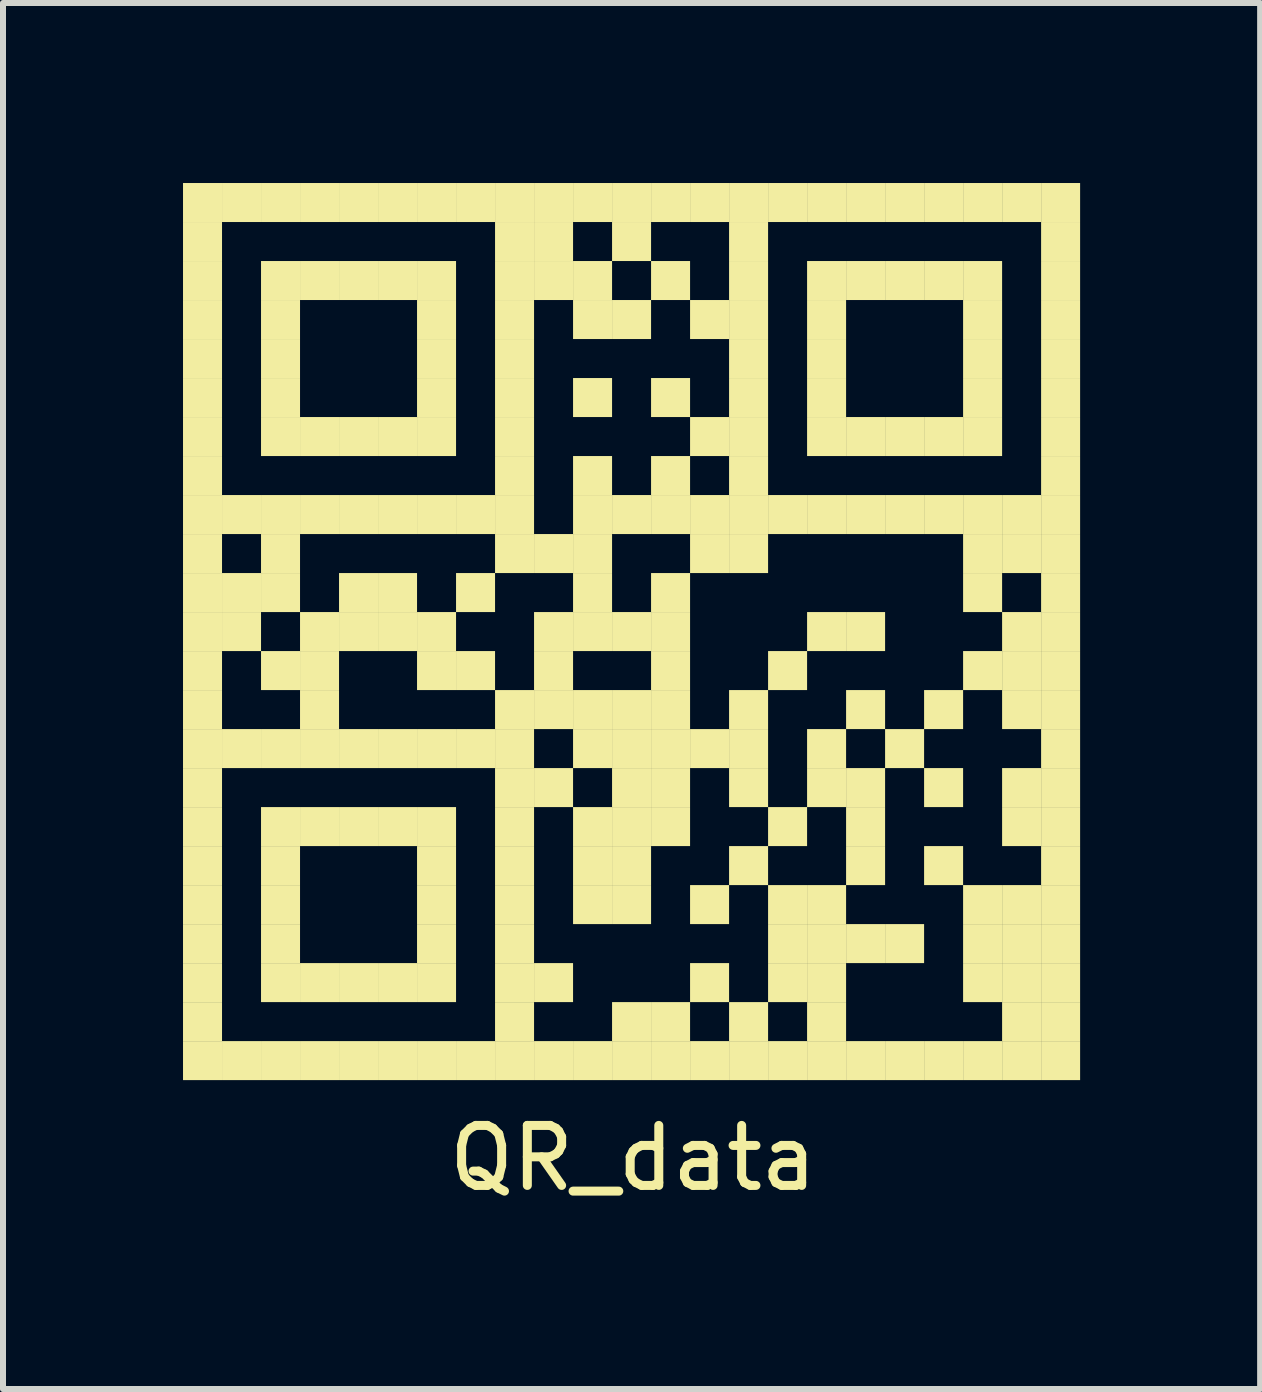
<source format=kicad_pcb>
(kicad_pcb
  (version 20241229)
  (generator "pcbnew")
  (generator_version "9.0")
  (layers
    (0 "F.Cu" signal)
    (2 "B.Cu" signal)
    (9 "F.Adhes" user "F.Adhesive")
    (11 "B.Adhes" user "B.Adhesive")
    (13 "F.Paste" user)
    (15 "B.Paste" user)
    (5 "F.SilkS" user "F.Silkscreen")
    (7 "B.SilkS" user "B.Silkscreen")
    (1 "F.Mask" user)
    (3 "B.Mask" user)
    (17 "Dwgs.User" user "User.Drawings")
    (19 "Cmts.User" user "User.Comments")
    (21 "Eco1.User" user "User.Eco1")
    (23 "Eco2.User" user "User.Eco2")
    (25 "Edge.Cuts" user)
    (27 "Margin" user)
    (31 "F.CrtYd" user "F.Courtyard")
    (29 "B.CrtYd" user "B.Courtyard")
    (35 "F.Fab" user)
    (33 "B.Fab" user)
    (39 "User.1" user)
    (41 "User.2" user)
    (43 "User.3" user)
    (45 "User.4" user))
  (footprint "QR_data"
    (layer "F.Cu")
    (at 7.5 7.5)
    (property "Reference" "QR_data" (at 0 8.75 0) (layer "F.SilkS") (effects (font (size 1 1) (thickness 0.15))))
    (attr exclude_from_pos_files exclude_from_bom)
    (fp_poly (pts (xy -7.5 -7.5) (xy -7.5 -6.85) (xy -6.85 -6.85) (xy -6.85 -7.5)) (stroke (width 0) (type solid)) (fill yes) (layer "F.SilkS"))
    (fp_poly (pts (xy -7.5 -6.85) (xy -7.5 -6.2) (xy -6.85 -6.2) (xy -6.85 -6.85)) (stroke (width 0) (type solid)) (fill yes) (layer "F.SilkS"))
    (fp_poly (pts (xy -7.5 -6.2) (xy -7.5 -5.55) (xy -6.85 -5.55) (xy -6.85 -6.2)) (stroke (width 0) (type solid)) (fill yes) (layer "F.SilkS"))
    (fp_poly (pts (xy -7.5 -5.55) (xy -7.5 -4.9) (xy -6.85 -4.9) (xy -6.85 -5.55)) (stroke (width 0) (type solid)) (fill yes) (layer "F.SilkS"))
    (fp_poly (pts (xy -7.5 -4.9) (xy -7.5 -4.25) (xy -6.85 -4.25) (xy -6.85 -4.9)) (stroke (width 0) (type solid)) (fill yes) (layer "F.SilkS"))
    (fp_poly (pts (xy -7.5 -4.25) (xy -7.5 -3.6) (xy -6.85 -3.6) (xy -6.85 -4.25)) (stroke (width 0) (type solid)) (fill yes) (layer "F.SilkS"))
    (fp_poly (pts (xy -7.5 -3.6) (xy -7.5 -2.95) (xy -6.85 -2.95) (xy -6.85 -3.6)) (stroke (width 0) (type solid)) (fill yes) (layer "F.SilkS"))
    (fp_poly (pts (xy -7.5 -2.95) (xy -7.5 -2.3) (xy -6.85 -2.3) (xy -6.85 -2.95)) (stroke (width 0) (type solid)) (fill yes) (layer "F.SilkS"))
    (fp_poly (pts (xy -7.5 -2.3) (xy -7.5 -1.65) (xy -6.85 -1.65) (xy -6.85 -2.3)) (stroke (width 0) (type solid)) (fill yes) (layer "F.SilkS"))
    (fp_poly (pts (xy -7.5 -1.65) (xy -7.5 -1) (xy -6.85 -1) (xy -6.85 -1.65)) (stroke (width 0) (type solid)) (fill yes) (layer "F.SilkS"))
    (fp_poly (pts (xy -7.5 -1) (xy -7.5 -0.35) (xy -6.85 -0.35) (xy -6.85 -1)) (stroke (width 0) (type solid)) (fill yes) (layer "F.SilkS"))
    (fp_poly (pts (xy -7.5 -0.35) (xy -7.5 0.3) (xy -6.85 0.3) (xy -6.85 -0.35)) (stroke (width 0) (type solid)) (fill yes) (layer "F.SilkS"))
    (fp_poly (pts (xy -7.5 0.3) (xy -7.5 0.95) (xy -6.85 0.95) (xy -6.85 0.3)) (stroke (width 0) (type solid)) (fill yes) (layer "F.SilkS"))
    (fp_poly (pts (xy -7.5 0.95) (xy -7.5 1.6) (xy -6.85 1.6) (xy -6.85 0.95)) (stroke (width 0) (type solid)) (fill yes) (layer "F.SilkS"))
    (fp_poly (pts (xy -7.5 1.6) (xy -7.5 2.25) (xy -6.85 2.25) (xy -6.85 1.6)) (stroke (width 0) (type solid)) (fill yes) (layer "F.SilkS"))
    (fp_poly (pts (xy -7.5 2.25) (xy -7.5 2.9) (xy -6.85 2.9) (xy -6.85 2.25)) (stroke (width 0) (type solid)) (fill yes) (layer "F.SilkS"))
    (fp_poly (pts (xy -7.5 2.9) (xy -7.5 3.55) (xy -6.85 3.55) (xy -6.85 2.9)) (stroke (width 0) (type solid)) (fill yes) (layer "F.SilkS"))
    (fp_poly (pts (xy -7.5 3.55) (xy -7.5 4.2) (xy -6.85 4.2) (xy -6.85 3.55)) (stroke (width 0) (type solid)) (fill yes) (layer "F.SilkS"))
    (fp_poly (pts (xy -7.5 4.2) (xy -7.5 4.85) (xy -6.85 4.85) (xy -6.85 4.2)) (stroke (width 0) (type solid)) (fill yes) (layer "F.SilkS"))
    (fp_poly (pts (xy -7.5 4.85) (xy -7.5 5.5) (xy -6.85 5.5) (xy -6.85 4.85)) (stroke (width 0) (type solid)) (fill yes) (layer "F.SilkS"))
    (fp_poly (pts (xy -7.5 5.5) (xy -7.5 6.15) (xy -6.85 6.15) (xy -6.85 5.5)) (stroke (width 0) (type solid)) (fill yes) (layer "F.SilkS"))
    (fp_poly (pts (xy -7.5 6.15) (xy -7.5 6.8) (xy -6.85 6.8) (xy -6.85 6.15)) (stroke (width 0) (type solid)) (fill yes) (layer "F.SilkS"))
    (fp_poly (pts (xy -7.5 6.8) (xy -7.5 7.45) (xy -6.85 7.45) (xy -6.85 6.8)) (stroke (width 0) (type solid)) (fill yes) (layer "F.SilkS"))
    (fp_poly (pts (xy -6.85 -7.5) (xy -6.85 -6.85) (xy -6.2 -6.85) (xy -6.2 -7.5)) (stroke (width 0) (type solid)) (fill yes) (layer "F.SilkS"))
    (fp_poly (pts (xy -6.85 -2.3) (xy -6.85 -1.65) (xy -6.2 -1.65) (xy -6.2 -2.3)) (stroke (width 0) (type solid)) (fill yes) (layer "F.SilkS"))
    (fp_poly (pts (xy -6.85 -1) (xy -6.85 -0.35) (xy -6.2 -0.35) (xy -6.2 -1)) (stroke (width 0) (type solid)) (fill yes) (layer "F.SilkS"))
    (fp_poly (pts (xy -6.85 -0.35) (xy -6.85 0.3) (xy -6.2 0.3) (xy -6.2 -0.35)) (stroke (width 0) (type solid)) (fill yes) (layer "F.SilkS"))
    (fp_poly (pts (xy -6.85 1.6) (xy -6.85 2.25) (xy -6.2 2.25) (xy -6.2 1.6)) (stroke (width 0) (type solid)) (fill yes) (layer "F.SilkS"))
    (fp_poly (pts (xy -6.85 6.8) (xy -6.85 7.45) (xy -6.2 7.45) (xy -6.2 6.8)) (stroke (width 0) (type solid)) (fill yes) (layer "F.SilkS"))
    (fp_poly (pts (xy -6.2 -7.5) (xy -6.2 -6.85) (xy -5.55 -6.85) (xy -5.55 -7.5)) (stroke (width 0) (type solid)) (fill yes) (layer "F.SilkS"))
    (fp_poly (pts (xy -6.2 -6.2) (xy -6.2 -5.55) (xy -5.55 -5.55) (xy -5.55 -6.2)) (stroke (width 0) (type solid)) (fill yes) (layer "F.SilkS"))
    (fp_poly (pts (xy -6.2 -5.55) (xy -6.2 -4.9) (xy -5.55 -4.9) (xy -5.55 -5.55)) (stroke (width 0) (type solid)) (fill yes) (layer "F.SilkS"))
    (fp_poly (pts (xy -6.2 -4.9) (xy -6.2 -4.25) (xy -5.55 -4.25) (xy -5.55 -4.9)) (stroke (width 0) (type solid)) (fill yes) (layer "F.SilkS"))
    (fp_poly (pts (xy -6.2 -4.25) (xy -6.2 -3.6) (xy -5.55 -3.6) (xy -5.55 -4.25)) (stroke (width 0) (type solid)) (fill yes) (layer "F.SilkS"))
    (fp_poly (pts (xy -6.2 -3.6) (xy -6.2 -2.95) (xy -5.55 -2.95) (xy -5.55 -3.6)) (stroke (width 0) (type solid)) (fill yes) (layer "F.SilkS"))
    (fp_poly (pts (xy -6.2 -2.3) (xy -6.2 -1.65) (xy -5.55 -1.65) (xy -5.55 -2.3)) (stroke (width 0) (type solid)) (fill yes) (layer "F.SilkS"))
    (fp_poly (pts (xy -6.2 -1.65) (xy -6.2 -1) (xy -5.55 -1) (xy -5.55 -1.65)) (stroke (width 0) (type solid)) (fill yes) (layer "F.SilkS"))
    (fp_poly (pts (xy -6.2 -1) (xy -6.2 -0.35) (xy -5.55 -0.35) (xy -5.55 -1)) (stroke (width 0) (type solid)) (fill yes) (layer "F.SilkS"))
    (fp_poly (pts (xy -6.2 0.3) (xy -6.2 0.95) (xy -5.55 0.95) (xy -5.55 0.3)) (stroke (width 0) (type solid)) (fill yes) (layer "F.SilkS"))
    (fp_poly (pts (xy -6.2 1.6) (xy -6.2 2.25) (xy -5.55 2.25) (xy -5.55 1.6)) (stroke (width 0) (type solid)) (fill yes) (layer "F.SilkS"))
    (fp_poly (pts (xy -6.2 2.9) (xy -6.2 3.55) (xy -5.55 3.55) (xy -5.55 2.9)) (stroke (width 0) (type solid)) (fill yes) (layer "F.SilkS"))
    (fp_poly (pts (xy -6.2 3.55) (xy -6.2 4.2) (xy -5.55 4.2) (xy -5.55 3.55)) (stroke (width 0) (type solid)) (fill yes) (layer "F.SilkS"))
    (fp_poly (pts (xy -6.2 4.2) (xy -6.2 4.85) (xy -5.55 4.85) (xy -5.55 4.2)) (stroke (width 0) (type solid)) (fill yes) (layer "F.SilkS"))
    (fp_poly (pts (xy -6.2 4.85) (xy -6.2 5.5) (xy -5.55 5.5) (xy -5.55 4.85)) (stroke (width 0) (type solid)) (fill yes) (layer "F.SilkS"))
    (fp_poly (pts (xy -6.2 5.5) (xy -6.2 6.15) (xy -5.55 6.15) (xy -5.55 5.5)) (stroke (width 0) (type solid)) (fill yes) (layer "F.SilkS"))
    (fp_poly (pts (xy -6.2 6.8) (xy -6.2 7.45) (xy -5.55 7.45) (xy -5.55 6.8)) (stroke (width 0) (type solid)) (fill yes) (layer "F.SilkS"))
    (fp_poly (pts (xy -5.55 -7.5) (xy -5.55 -6.85) (xy -4.9 -6.85) (xy -4.9 -7.5)) (stroke (width 0) (type solid)) (fill yes) (layer "F.SilkS"))
    (fp_poly (pts (xy -5.55 -6.2) (xy -5.55 -5.55) (xy -4.9 -5.55) (xy -4.9 -6.2)) (stroke (width 0) (type solid)) (fill yes) (layer "F.SilkS"))
    (fp_poly (pts (xy -5.55 -3.6) (xy -5.55 -2.95) (xy -4.9 -2.95) (xy -4.9 -3.6)) (stroke (width 0) (type solid)) (fill yes) (layer "F.SilkS"))
    (fp_poly (pts (xy -5.55 -2.3) (xy -5.55 -1.65) (xy -4.9 -1.65) (xy -4.9 -2.3)) (stroke (width 0) (type solid)) (fill yes) (layer "F.SilkS"))
    (fp_poly (pts (xy -5.55 -0.35) (xy -5.55 0.3) (xy -4.9 0.3) (xy -4.9 -0.35)) (stroke (width 0) (type solid)) (fill yes) (layer "F.SilkS"))
    (fp_poly (pts (xy -5.55 0.3) (xy -5.55 0.95) (xy -4.9 0.95) (xy -4.9 0.3)) (stroke (width 0) (type solid)) (fill yes) (layer "F.SilkS"))
    (fp_poly (pts (xy -5.55 0.95) (xy -5.55 1.6) (xy -4.9 1.6) (xy -4.9 0.95)) (stroke (width 0) (type solid)) (fill yes) (layer "F.SilkS"))
    (fp_poly (pts (xy -5.55 1.6) (xy -5.55 2.25) (xy -4.9 2.25) (xy -4.9 1.6)) (stroke (width 0) (type solid)) (fill yes) (layer "F.SilkS"))
    (fp_poly (pts (xy -5.55 2.9) (xy -5.55 3.55) (xy -4.9 3.55) (xy -4.9 2.9)) (stroke (width 0) (type solid)) (fill yes) (layer "F.SilkS"))
    (fp_poly (pts (xy -5.55 5.5) (xy -5.55 6.15) (xy -4.9 6.15) (xy -4.9 5.5)) (stroke (width 0) (type solid)) (fill yes) (layer "F.SilkS"))
    (fp_poly (pts (xy -5.55 6.8) (xy -5.55 7.45) (xy -4.9 7.45) (xy -4.9 6.8)) (stroke (width 0) (type solid)) (fill yes) (layer "F.SilkS"))
    (fp_poly (pts (xy -4.9 -7.5) (xy -4.9 -6.85) (xy -4.25 -6.85) (xy -4.25 -7.5)) (stroke (width 0) (type solid)) (fill yes) (layer "F.SilkS"))
    (fp_poly (pts (xy -4.9 -6.2) (xy -4.9 -5.55) (xy -4.25 -5.55) (xy -4.25 -6.2)) (stroke (width 0) (type solid)) (fill yes) (layer "F.SilkS"))
    (fp_poly (pts (xy -4.9 -3.6) (xy -4.9 -2.95) (xy -4.25 -2.95) (xy -4.25 -3.6)) (stroke (width 0) (type solid)) (fill yes) (layer "F.SilkS"))
    (fp_poly (pts (xy -4.9 -2.3) (xy -4.9 -1.65) (xy -4.25 -1.65) (xy -4.25 -2.3)) (stroke (width 0) (type solid)) (fill yes) (layer "F.SilkS"))
    (fp_poly (pts (xy -4.9 -1) (xy -4.9 -0.35) (xy -4.25 -0.35) (xy -4.25 -1)) (stroke (width 0) (type solid)) (fill yes) (layer "F.SilkS"))
    (fp_poly (pts (xy -4.9 -0.35) (xy -4.9 0.3) (xy -4.25 0.3) (xy -4.25 -0.35)) (stroke (width 0) (type solid)) (fill yes) (layer "F.SilkS"))
    (fp_poly (pts (xy -4.9 1.6) (xy -4.9 2.25) (xy -4.25 2.25) (xy -4.25 1.6)) (stroke (width 0) (type solid)) (fill yes) (layer "F.SilkS"))
    (fp_poly (pts (xy -4.9 2.9) (xy -4.9 3.55) (xy -4.25 3.55) (xy -4.25 2.9)) (stroke (width 0) (type solid)) (fill yes) (layer "F.SilkS"))
    (fp_poly (pts (xy -4.9 5.5) (xy -4.9 6.15) (xy -4.25 6.15) (xy -4.25 5.5)) (stroke (width 0) (type solid)) (fill yes) (layer "F.SilkS"))
    (fp_poly (pts (xy -4.9 6.8) (xy -4.9 7.45) (xy -4.25 7.45) (xy -4.25 6.8)) (stroke (width 0) (type solid)) (fill yes) (layer "F.SilkS"))
    (fp_poly (pts (xy -4.25 -7.5) (xy -4.25 -6.85) (xy -3.6 -6.85) (xy -3.6 -7.5)) (stroke (width 0) (type solid)) (fill yes) (layer "F.SilkS"))
    (fp_poly (pts (xy -4.25 -6.2) (xy -4.25 -5.55) (xy -3.6 -5.55) (xy -3.6 -6.2)) (stroke (width 0) (type solid)) (fill yes) (layer "F.SilkS"))
    (fp_poly (pts (xy -4.25 -3.6) (xy -4.25 -2.95) (xy -3.6 -2.95) (xy -3.6 -3.6)) (stroke (width 0) (type solid)) (fill yes) (layer "F.SilkS"))
    (fp_poly (pts (xy -4.25 -2.3) (xy -4.25 -1.65) (xy -3.6 -1.65) (xy -3.6 -2.3)) (stroke (width 0) (type solid)) (fill yes) (layer "F.SilkS"))
    (fp_poly (pts (xy -4.25 -1) (xy -4.25 -0.35) (xy -3.6 -0.35) (xy -3.6 -1)) (stroke (width 0) (type solid)) (fill yes) (layer "F.SilkS"))
    (fp_poly (pts (xy -4.25 -0.35) (xy -4.25 0.3) (xy -3.6 0.3) (xy -3.6 -0.35)) (stroke (width 0) (type solid)) (fill yes) (layer "F.SilkS"))
    (fp_poly (pts (xy -4.25 1.6) (xy -4.25 2.25) (xy -3.6 2.25) (xy -3.6 1.6)) (stroke (width 0) (type solid)) (fill yes) (layer "F.SilkS"))
    (fp_poly (pts (xy -4.25 2.9) (xy -4.25 3.55) (xy -3.6 3.55) (xy -3.6 2.9)) (stroke (width 0) (type solid)) (fill yes) (layer "F.SilkS"))
    (fp_poly (pts (xy -4.25 5.5) (xy -4.25 6.15) (xy -3.6 6.15) (xy -3.6 5.5)) (stroke (width 0) (type solid)) (fill yes) (layer "F.SilkS"))
    (fp_poly (pts (xy -4.25 6.8) (xy -4.25 7.45) (xy -3.6 7.45) (xy -3.6 6.8)) (stroke (width 0) (type solid)) (fill yes) (layer "F.SilkS"))
    (fp_poly (pts (xy -3.6 -7.5) (xy -3.6 -6.85) (xy -2.95 -6.85) (xy -2.95 -7.5)) (stroke (width 0) (type solid)) (fill yes) (layer "F.SilkS"))
    (fp_poly (pts (xy -3.6 -6.2) (xy -3.6 -5.55) (xy -2.95 -5.55) (xy -2.95 -6.2)) (stroke (width 0) (type solid)) (fill yes) (layer "F.SilkS"))
    (fp_poly (pts (xy -3.6 -5.55) (xy -3.6 -4.9) (xy -2.95 -4.9) (xy -2.95 -5.55)) (stroke (width 0) (type solid)) (fill yes) (layer "F.SilkS"))
    (fp_poly (pts (xy -3.6 -4.9) (xy -3.6 -4.25) (xy -2.95 -4.25) (xy -2.95 -4.9)) (stroke (width 0) (type solid)) (fill yes) (layer "F.SilkS"))
    (fp_poly (pts (xy -3.6 -4.25) (xy -3.6 -3.6) (xy -2.95 -3.6) (xy -2.95 -4.25)) (stroke (width 0) (type solid)) (fill yes) (layer "F.SilkS"))
    (fp_poly (pts (xy -3.6 -3.6) (xy -3.6 -2.95) (xy -2.95 -2.95) (xy -2.95 -3.6)) (stroke (width 0) (type solid)) (fill yes) (layer "F.SilkS"))
    (fp_poly (pts (xy -3.6 -2.3) (xy -3.6 -1.65) (xy -2.95 -1.65) (xy -2.95 -2.3)) (stroke (width 0) (type solid)) (fill yes) (layer "F.SilkS"))
    (fp_poly (pts (xy -3.6 -0.35) (xy -3.6 0.3) (xy -2.95 0.3) (xy -2.95 -0.35)) (stroke (width 0) (type solid)) (fill yes) (layer "F.SilkS"))
    (fp_poly (pts (xy -3.6 0.3) (xy -3.6 0.95) (xy -2.95 0.95) (xy -2.95 0.3)) (stroke (width 0) (type solid)) (fill yes) (layer "F.SilkS"))
    (fp_poly (pts (xy -3.6 1.6) (xy -3.6 2.25) (xy -2.95 2.25) (xy -2.95 1.6)) (stroke (width 0) (type solid)) (fill yes) (layer "F.SilkS"))
    (fp_poly (pts (xy -3.6 2.9) (xy -3.6 3.55) (xy -2.95 3.55) (xy -2.95 2.9)) (stroke (width 0) (type solid)) (fill yes) (layer "F.SilkS"))
    (fp_poly (pts (xy -3.6 3.55) (xy -3.6 4.2) (xy -2.95 4.2) (xy -2.95 3.55)) (stroke (width 0) (type solid)) (fill yes) (layer "F.SilkS"))
    (fp_poly (pts (xy -3.6 4.2) (xy -3.6 4.85) (xy -2.95 4.85) (xy -2.95 4.2)) (stroke (width 0) (type solid)) (fill yes) (layer "F.SilkS"))
    (fp_poly (pts (xy -3.6 4.85) (xy -3.6 5.5) (xy -2.95 5.5) (xy -2.95 4.85)) (stroke (width 0) (type solid)) (fill yes) (layer "F.SilkS"))
    (fp_poly (pts (xy -3.6 5.5) (xy -3.6 6.15) (xy -2.95 6.15) (xy -2.95 5.5)) (stroke (width 0) (type solid)) (fill yes) (layer "F.SilkS"))
    (fp_poly (pts (xy -3.6 6.8) (xy -3.6 7.45) (xy -2.95 7.45) (xy -2.95 6.8)) (stroke (width 0) (type solid)) (fill yes) (layer "F.SilkS"))
    (fp_poly (pts (xy -2.95 -7.5) (xy -2.95 -6.85) (xy -2.3 -6.85) (xy -2.3 -7.5)) (stroke (width 0) (type solid)) (fill yes) (layer "F.SilkS"))
    (fp_poly (pts (xy -2.95 -2.3) (xy -2.95 -1.65) (xy -2.3 -1.65) (xy -2.3 -2.3)) (stroke (width 0) (type solid)) (fill yes) (layer "F.SilkS"))
    (fp_poly (pts (xy -2.95 -1) (xy -2.95 -0.35) (xy -2.3 -0.35) (xy -2.3 -1)) (stroke (width 0) (type solid)) (fill yes) (layer "F.SilkS"))
    (fp_poly (pts (xy -2.95 0.3) (xy -2.95 0.95) (xy -2.3 0.95) (xy -2.3 0.3)) (stroke (width 0) (type solid)) (fill yes) (layer "F.SilkS"))
    (fp_poly (pts (xy -2.95 1.6) (xy -2.95 2.25) (xy -2.3 2.25) (xy -2.3 1.6)) (stroke (width 0) (type solid)) (fill yes) (layer "F.SilkS"))
    (fp_poly (pts (xy -2.95 6.8) (xy -2.95 7.45) (xy -2.3 7.45) (xy -2.3 6.8)) (stroke (width 0) (type solid)) (fill yes) (layer "F.SilkS"))
    (fp_poly (pts (xy -2.3 -7.5) (xy -2.3 -6.85) (xy -1.65 -6.85) (xy -1.65 -7.5)) (stroke (width 0) (type solid)) (fill yes) (layer "F.SilkS"))
    (fp_poly (pts (xy -2.3 -6.85) (xy -2.3 -6.2) (xy -1.65 -6.2) (xy -1.65 -6.85)) (stroke (width 0) (type solid)) (fill yes) (layer "F.SilkS"))
    (fp_poly (pts (xy -2.3 -6.2) (xy -2.3 -5.55) (xy -1.65 -5.55) (xy -1.65 -6.2)) (stroke (width 0) (type solid)) (fill yes) (layer "F.SilkS"))
    (fp_poly (pts (xy -2.3 -5.55) (xy -2.3 -4.9) (xy -1.65 -4.9) (xy -1.65 -5.55)) (stroke (width 0) (type solid)) (fill yes) (layer "F.SilkS"))
    (fp_poly (pts (xy -2.3 -4.9) (xy -2.3 -4.25) (xy -1.65 -4.25) (xy -1.65 -4.9)) (stroke (width 0) (type solid)) (fill yes) (layer "F.SilkS"))
    (fp_poly (pts (xy -2.3 -4.25) (xy -2.3 -3.6) (xy -1.65 -3.6) (xy -1.65 -4.25)) (stroke (width 0) (type solid)) (fill yes) (layer "F.SilkS"))
    (fp_poly (pts (xy -2.3 -3.6) (xy -2.3 -2.95) (xy -1.65 -2.95) (xy -1.65 -3.6)) (stroke (width 0) (type solid)) (fill yes) (layer "F.SilkS"))
    (fp_poly (pts (xy -2.3 -2.95) (xy -2.3 -2.3) (xy -1.65 -2.3) (xy -1.65 -2.95)) (stroke (width 0) (type solid)) (fill yes) (layer "F.SilkS"))
    (fp_poly (pts (xy -2.3 -2.3) (xy -2.3 -1.65) (xy -1.65 -1.65) (xy -1.65 -2.3)) (stroke (width 0) (type solid)) (fill yes) (layer "F.SilkS"))
    (fp_poly (pts (xy -2.3 -1.65) (xy -2.3 -1) (xy -1.65 -1) (xy -1.65 -1.65)) (stroke (width 0) (type solid)) (fill yes) (layer "F.SilkS"))
    (fp_poly (pts (xy -2.3 0.95) (xy -2.3 1.6) (xy -1.65 1.6) (xy -1.65 0.95)) (stroke (width 0) (type solid)) (fill yes) (layer "F.SilkS"))
    (fp_poly (pts (xy -2.3 1.6) (xy -2.3 2.25) (xy -1.65 2.25) (xy -1.65 1.6)) (stroke (width 0) (type solid)) (fill yes) (layer "F.SilkS"))
    (fp_poly (pts (xy -2.3 2.25) (xy -2.3 2.9) (xy -1.65 2.9) (xy -1.65 2.25)) (stroke (width 0) (type solid)) (fill yes) (layer "F.SilkS"))
    (fp_poly (pts (xy -2.3 2.9) (xy -2.3 3.55) (xy -1.65 3.55) (xy -1.65 2.9)) (stroke (width 0) (type solid)) (fill yes) (layer "F.SilkS"))
    (fp_poly (pts (xy -2.3 3.55) (xy -2.3 4.2) (xy -1.65 4.2) (xy -1.65 3.55)) (stroke (width 0) (type solid)) (fill yes) (layer "F.SilkS"))
    (fp_poly (pts (xy -2.3 4.2) (xy -2.3 4.85) (xy -1.65 4.85) (xy -1.65 4.2)) (stroke (width 0) (type solid)) (fill yes) (layer "F.SilkS"))
    (fp_poly (pts (xy -2.3 4.85) (xy -2.3 5.5) (xy -1.65 5.5) (xy -1.65 4.85)) (stroke (width 0) (type solid)) (fill yes) (layer "F.SilkS"))
    (fp_poly (pts (xy -2.3 5.5) (xy -2.3 6.15) (xy -1.65 6.15) (xy -1.65 5.5)) (stroke (width 0) (type solid)) (fill yes) (layer "F.SilkS"))
    (fp_poly (pts (xy -2.3 6.15) (xy -2.3 6.8) (xy -1.65 6.8) (xy -1.65 6.15)) (stroke (width 0) (type solid)) (fill yes) (layer "F.SilkS"))
    (fp_poly (pts (xy -2.3 6.8) (xy -2.3 7.45) (xy -1.65 7.45) (xy -1.65 6.8)) (stroke (width 0) (type solid)) (fill yes) (layer "F.SilkS"))
    (fp_poly (pts (xy -1.65 -7.5) (xy -1.65 -6.85) (xy -1 -6.85) (xy -1 -7.5)) (stroke (width 0) (type solid)) (fill yes) (layer "F.SilkS"))
    (fp_poly (pts (xy -1.65 -6.85) (xy -1.65 -6.2) (xy -1 -6.2) (xy -1 -6.85)) (stroke (width 0) (type solid)) (fill yes) (layer "F.SilkS"))
    (fp_poly (pts (xy -1.65 -6.2) (xy -1.65 -5.55) (xy -1 -5.55) (xy -1 -6.2)) (stroke (width 0) (type solid)) (fill yes) (layer "F.SilkS"))
    (fp_poly (pts (xy -1.65 -1.65) (xy -1.65 -1) (xy -1 -1) (xy -1 -1.65)) (stroke (width 0) (type solid)) (fill yes) (layer "F.SilkS"))
    (fp_poly (pts (xy -1.65 -0.35) (xy -1.65 0.3) (xy -1 0.3) (xy -1 -0.35)) (stroke (width 0) (type solid)) (fill yes) (layer "F.SilkS"))
    (fp_poly (pts (xy -1.65 0.3) (xy -1.65 0.95) (xy -1 0.95) (xy -1 0.3)) (stroke (width 0) (type solid)) (fill yes) (layer "F.SilkS"))
    (fp_poly (pts (xy -1.65 0.95) (xy -1.65 1.6) (xy -1 1.6) (xy -1 0.95)) (stroke (width 0) (type solid)) (fill yes) (layer "F.SilkS"))
    (fp_poly (pts (xy -1.65 2.25) (xy -1.65 2.9) (xy -1 2.9) (xy -1 2.25)) (stroke (width 0) (type solid)) (fill yes) (layer "F.SilkS"))
    (fp_poly (pts (xy -1.65 5.5) (xy -1.65 6.15) (xy -1 6.15) (xy -1 5.5)) (stroke (width 0) (type solid)) (fill yes) (layer "F.SilkS"))
    (fp_poly (pts (xy -1.65 6.8) (xy -1.65 7.45) (xy -1 7.45) (xy -1 6.8)) (stroke (width 0) (type solid)) (fill yes) (layer "F.SilkS"))
    (fp_poly (pts (xy -1 -7.5) (xy -1 -6.85) (xy -0.35 -6.85) (xy -0.35 -7.5)) (stroke (width 0) (type solid)) (fill yes) (layer "F.SilkS"))
    (fp_poly (pts (xy -1 -6.2) (xy -1 -5.55) (xy -0.35 -5.55) (xy -0.35 -6.2)) (stroke (width 0) (type solid)) (fill yes) (layer "F.SilkS"))
    (fp_poly (pts (xy -1 -5.55) (xy -1 -4.9) (xy -0.35 -4.9) (xy -0.35 -5.55)) (stroke (width 0) (type solid)) (fill yes) (layer "F.SilkS"))
    (fp_poly (pts (xy -1 -4.25) (xy -1 -3.6) (xy -0.35 -3.6) (xy -0.35 -4.25)) (stroke (width 0) (type solid)) (fill yes) (layer "F.SilkS"))
    (fp_poly (pts (xy -1 -2.95) (xy -1 -2.3) (xy -0.35 -2.3) (xy -0.35 -2.95)) (stroke (width 0) (type solid)) (fill yes) (layer "F.SilkS"))
    (fp_poly (pts (xy -1 -2.3) (xy -1 -1.65) (xy -0.35 -1.65) (xy -0.35 -2.3)) (stroke (width 0) (type solid)) (fill yes) (layer "F.SilkS"))
    (fp_poly (pts (xy -1 -1.65) (xy -1 -1) (xy -0.35 -1) (xy -0.35 -1.65)) (stroke (width 0) (type solid)) (fill yes) (layer "F.SilkS"))
    (fp_poly (pts (xy -1 -1) (xy -1 -0.35) (xy -0.35 -0.35) (xy -0.35 -1)) (stroke (width 0) (type solid)) (fill yes) (layer "F.SilkS"))
    (fp_poly (pts (xy -1 -0.35) (xy -1 0.3) (xy -0.35 0.3) (xy -0.35 -0.35)) (stroke (width 0) (type solid)) (fill yes) (layer "F.SilkS"))
    (fp_poly (pts (xy -1 0.95) (xy -1 1.6) (xy -0.35 1.6) (xy -0.35 0.95)) (stroke (width 0) (type solid)) (fill yes) (layer "F.SilkS"))
    (fp_poly (pts (xy -1 1.6) (xy -1 2.25) (xy -0.35 2.25) (xy -0.35 1.6)) (stroke (width 0) (type solid)) (fill yes) (layer "F.SilkS"))
    (fp_poly (pts (xy -1 2.9) (xy -1 3.55) (xy -0.35 3.55) (xy -0.35 2.9)) (stroke (width 0) (type solid)) (fill yes) (layer "F.SilkS"))
    (fp_poly (pts (xy -1 3.55) (xy -1 4.2) (xy -0.35 4.2) (xy -0.35 3.55)) (stroke (width 0) (type solid)) (fill yes) (layer "F.SilkS"))
    (fp_poly (pts (xy -1 4.2) (xy -1 4.85) (xy -0.35 4.85) (xy -0.35 4.2)) (stroke (width 0) (type solid)) (fill yes) (layer "F.SilkS"))
    (fp_poly (pts (xy -1 6.8) (xy -1 7.45) (xy -0.35 7.45) (xy -0.35 6.8)) (stroke (width 0) (type solid)) (fill yes) (layer "F.SilkS"))
    (fp_poly (pts (xy -0.35 -7.5) (xy -0.35 -6.85) (xy 0.3 -6.85) (xy 0.3 -7.5)) (stroke (width 0) (type solid)) (fill yes) (layer "F.SilkS"))
    (fp_poly (pts (xy -0.35 -6.85) (xy -0.35 -6.2) (xy 0.3 -6.2) (xy 0.3 -6.85)) (stroke (width 0) (type solid)) (fill yes) (layer "F.SilkS"))
    (fp_poly (pts (xy -0.35 -5.55) (xy -0.35 -4.9) (xy 0.3 -4.9) (xy 0.3 -5.55)) (stroke (width 0) (type solid)) (fill yes) (layer "F.SilkS"))
    (fp_poly (pts (xy -0.35 -2.3) (xy -0.35 -1.65) (xy 0.3 -1.65) (xy 0.3 -2.3)) (stroke (width 0) (type solid)) (fill yes) (layer "F.SilkS"))
    (fp_poly (pts (xy -0.35 -0.35) (xy -0.35 0.3) (xy 0.3 0.3) (xy 0.3 -0.35)) (stroke (width 0) (type solid)) (fill yes) (layer "F.SilkS"))
    (fp_poly (pts (xy -0.35 0.95) (xy -0.35 1.6) (xy 0.3 1.6) (xy 0.3 0.95)) (stroke (width 0) (type solid)) (fill yes) (layer "F.SilkS"))
    (fp_poly (pts (xy -0.35 1.6) (xy -0.35 2.25) (xy 0.3 2.25) (xy 0.3 1.6)) (stroke (width 0) (type solid)) (fill yes) (layer "F.SilkS"))
    (fp_poly (pts (xy -0.35 2.25) (xy -0.35 2.9) (xy 0.3 2.9) (xy 0.3 2.25)) (stroke (width 0) (type solid)) (fill yes) (layer "F.SilkS"))
    (fp_poly (pts (xy -0.35 2.9) (xy -0.35 3.55) (xy 0.3 3.55) (xy 0.3 2.9)) (stroke (width 0) (type solid)) (fill yes) (layer "F.SilkS"))
    (fp_poly (pts (xy -0.35 3.55) (xy -0.35 4.2) (xy 0.3 4.2) (xy 0.3 3.55)) (stroke (width 0) (type solid)) (fill yes) (layer "F.SilkS"))
    (fp_poly (pts (xy -0.35 4.2) (xy -0.35 4.85) (xy 0.3 4.85) (xy 0.3 4.2)) (stroke (width 0) (type solid)) (fill yes) (layer "F.SilkS"))
    (fp_poly (pts (xy -0.35 6.15) (xy -0.35 6.8) (xy 0.3 6.8) (xy 0.3 6.15)) (stroke (width 0) (type solid)) (fill yes) (layer "F.SilkS"))
    (fp_poly (pts (xy -0.35 6.8) (xy -0.35 7.45) (xy 0.3 7.45) (xy 0.3 6.8)) (stroke (width 0) (type solid)) (fill yes) (layer "F.SilkS"))
    (fp_poly (pts (xy 0.3 -7.5) (xy 0.3 -6.85) (xy 0.95 -6.85) (xy 0.95 -7.5)) (stroke (width 0) (type solid)) (fill yes) (layer "F.SilkS"))
    (fp_poly (pts (xy 0.3 -6.2) (xy 0.3 -5.55) (xy 0.95 -5.55) (xy 0.95 -6.2)) (stroke (width 0) (type solid)) (fill yes) (layer "F.SilkS"))
    (fp_poly (pts (xy 0.3 -4.25) (xy 0.3 -3.6) (xy 0.95 -3.6) (xy 0.95 -4.25)) (stroke (width 0) (type solid)) (fill yes) (layer "F.SilkS"))
    (fp_poly (pts (xy 0.3 -2.95) (xy 0.3 -2.3) (xy 0.95 -2.3) (xy 0.95 -2.95)) (stroke (width 0) (type solid)) (fill yes) (layer "F.SilkS"))
    (fp_poly (pts (xy 0.3 -2.3) (xy 0.3 -1.65) (xy 0.95 -1.65) (xy 0.95 -2.3)) (stroke (width 0) (type solid)) (fill yes) (layer "F.SilkS"))
    (fp_poly (pts (xy 0.3 -1) (xy 0.3 -0.35) (xy 0.95 -0.35) (xy 0.95 -1)) (stroke (width 0) (type solid)) (fill yes) (layer "F.SilkS"))
    (fp_poly (pts (xy 0.3 -0.35) (xy 0.3 0.3) (xy 0.95 0.3) (xy 0.95 -0.35)) (stroke (width 0) (type solid)) (fill yes) (layer "F.SilkS"))
    (fp_poly (pts (xy 0.3 0.3) (xy 0.3 0.95) (xy 0.95 0.95) (xy 0.95 0.3)) (stroke (width 0) (type solid)) (fill yes) (layer "F.SilkS"))
    (fp_poly (pts (xy 0.3 0.95) (xy 0.3 1.6) (xy 0.95 1.6) (xy 0.95 0.95)) (stroke (width 0) (type solid)) (fill yes) (layer "F.SilkS"))
    (fp_poly (pts (xy 0.3 1.6) (xy 0.3 2.25) (xy 0.95 2.25) (xy 0.95 1.6)) (stroke (width 0) (type solid)) (fill yes) (layer "F.SilkS"))
    (fp_poly (pts (xy 0.3 2.25) (xy 0.3 2.9) (xy 0.95 2.9) (xy 0.95 2.25)) (stroke (width 0) (type solid)) (fill yes) (layer "F.SilkS"))
    (fp_poly (pts (xy 0.3 2.9) (xy 0.3 3.55) (xy 0.95 3.55) (xy 0.95 2.9)) (stroke (width 0) (type solid)) (fill yes) (layer "F.SilkS"))
    (fp_poly (pts (xy 0.3 6.15) (xy 0.3 6.8) (xy 0.95 6.8) (xy 0.95 6.15)) (stroke (width 0) (type solid)) (fill yes) (layer "F.SilkS"))
    (fp_poly (pts (xy 0.3 6.8) (xy 0.3 7.45) (xy 0.95 7.45) (xy 0.95 6.8)) (stroke (width 0) (type solid)) (fill yes) (layer "F.SilkS"))
    (fp_poly (pts (xy 0.95 -7.5) (xy 0.95 -6.85) (xy 1.6 -6.85) (xy 1.6 -7.5)) (stroke (width 0) (type solid)) (fill yes) (layer "F.SilkS"))
    (fp_poly (pts (xy 0.95 -5.55) (xy 0.95 -4.9) (xy 1.6 -4.9) (xy 1.6 -5.55)) (stroke (width 0) (type solid)) (fill yes) (layer "F.SilkS"))
    (fp_poly (pts (xy 0.95 -3.6) (xy 0.95 -2.95) (xy 1.6 -2.95) (xy 1.6 -3.6)) (stroke (width 0) (type solid)) (fill yes) (layer "F.SilkS"))
    (fp_poly (pts (xy 0.95 -2.3) (xy 0.95 -1.65) (xy 1.6 -1.65) (xy 1.6 -2.3)) (stroke (width 0) (type solid)) (fill yes) (layer "F.SilkS"))
    (fp_poly (pts (xy 0.95 -1.65) (xy 0.95 -1) (xy 1.6 -1) (xy 1.6 -1.65)) (stroke (width 0) (type solid)) (fill yes) (layer "F.SilkS"))
    (fp_poly (pts (xy 0.95 1.6) (xy 0.95 2.25) (xy 1.6 2.25) (xy 1.6 1.6)) (stroke (width 0) (type solid)) (fill yes) (layer "F.SilkS"))
    (fp_poly (pts (xy 0.95 4.2) (xy 0.95 4.85) (xy 1.6 4.85) (xy 1.6 4.2)) (stroke (width 0) (type solid)) (fill yes) (layer "F.SilkS"))
    (fp_poly (pts (xy 0.95 5.5) (xy 0.95 6.15) (xy 1.6 6.15) (xy 1.6 5.5)) (stroke (width 0) (type solid)) (fill yes) (layer "F.SilkS"))
    (fp_poly (pts (xy 0.95 6.8) (xy 0.95 7.45) (xy 1.6 7.45) (xy 1.6 6.8)) (stroke (width 0) (type solid)) (fill yes) (layer "F.SilkS"))
    (fp_poly (pts (xy 1.6 -7.5) (xy 1.6 -6.85) (xy 2.25 -6.85) (xy 2.25 -7.5)) (stroke (width 0) (type solid)) (fill yes) (layer "F.SilkS"))
    (fp_poly (pts (xy 1.6 -6.85) (xy 1.6 -6.2) (xy 2.25 -6.2) (xy 2.25 -6.85)) (stroke (width 0) (type solid)) (fill yes) (layer "F.SilkS"))
    (fp_poly (pts (xy 1.6 -6.2) (xy 1.6 -5.55) (xy 2.25 -5.55) (xy 2.25 -6.2)) (stroke (width 0) (type solid)) (fill yes) (layer "F.SilkS"))
    (fp_poly (pts (xy 1.6 -5.55) (xy 1.6 -4.9) (xy 2.25 -4.9) (xy 2.25 -5.55)) (stroke (width 0) (type solid)) (fill yes) (layer "F.SilkS"))
    (fp_poly (pts (xy 1.6 -4.9) (xy 1.6 -4.25) (xy 2.25 -4.25) (xy 2.25 -4.9)) (stroke (width 0) (type solid)) (fill yes) (layer "F.SilkS"))
    (fp_poly (pts (xy 1.6 -4.25) (xy 1.6 -3.6) (xy 2.25 -3.6) (xy 2.25 -4.25)) (stroke (width 0) (type solid)) (fill yes) (layer "F.SilkS"))
    (fp_poly (pts (xy 1.6 -3.6) (xy 1.6 -2.95) (xy 2.25 -2.95) (xy 2.25 -3.6)) (stroke (width 0) (type solid)) (fill yes) (layer "F.SilkS"))
    (fp_poly (pts (xy 1.6 -2.95) (xy 1.6 -2.3) (xy 2.25 -2.3) (xy 2.25 -2.95)) (stroke (width 0) (type solid)) (fill yes) (layer "F.SilkS"))
    (fp_poly (pts (xy 1.6 -2.3) (xy 1.6 -1.65) (xy 2.25 -1.65) (xy 2.25 -2.3)) (stroke (width 0) (type solid)) (fill yes) (layer "F.SilkS"))
    (fp_poly (pts (xy 1.6 -1.65) (xy 1.6 -1) (xy 2.25 -1) (xy 2.25 -1.65)) (stroke (width 0) (type solid)) (fill yes) (layer "F.SilkS"))
    (fp_poly (pts (xy 1.6 0.95) (xy 1.6 1.6) (xy 2.25 1.6) (xy 2.25 0.95)) (stroke (width 0) (type solid)) (fill yes) (layer "F.SilkS"))
    (fp_poly (pts (xy 1.6 1.6) (xy 1.6 2.25) (xy 2.25 2.25) (xy 2.25 1.6)) (stroke (width 0) (type solid)) (fill yes) (layer "F.SilkS"))
    (fp_poly (pts (xy 1.6 2.25) (xy 1.6 2.9) (xy 2.25 2.9) (xy 2.25 2.25)) (stroke (width 0) (type solid)) (fill yes) (layer "F.SilkS"))
    (fp_poly (pts (xy 1.6 3.55) (xy 1.6 4.2) (xy 2.25 4.2) (xy 2.25 3.55)) (stroke (width 0) (type solid)) (fill yes) (layer "F.SilkS"))
    (fp_poly (pts (xy 1.6 6.15) (xy 1.6 6.8) (xy 2.25 6.8) (xy 2.25 6.15)) (stroke (width 0) (type solid)) (fill yes) (layer "F.SilkS"))
    (fp_poly (pts (xy 1.6 6.8) (xy 1.6 7.45) (xy 2.25 7.45) (xy 2.25 6.8)) (stroke (width 0) (type solid)) (fill yes) (layer "F.SilkS"))
    (fp_poly (pts (xy 2.25 -7.5) (xy 2.25 -6.85) (xy 2.9 -6.85) (xy 2.9 -7.5)) (stroke (width 0) (type solid)) (fill yes) (layer "F.SilkS"))
    (fp_poly (pts (xy 2.25 -2.3) (xy 2.25 -1.65) (xy 2.9 -1.65) (xy 2.9 -2.3)) (stroke (width 0) (type solid)) (fill yes) (layer "F.SilkS"))
    (fp_poly (pts (xy 2.25 0.3) (xy 2.25 0.95) (xy 2.9 0.95) (xy 2.9 0.3)) (stroke (width 0) (type solid)) (fill yes) (layer "F.SilkS"))
    (fp_poly (pts (xy 2.25 2.9) (xy 2.25 3.55) (xy 2.9 3.55) (xy 2.9 2.9)) (stroke (width 0) (type solid)) (fill yes) (layer "F.SilkS"))
    (fp_poly (pts (xy 2.25 4.2) (xy 2.25 4.85) (xy 2.9 4.85) (xy 2.9 4.2)) (stroke (width 0) (type solid)) (fill yes) (layer "F.SilkS"))
    (fp_poly (pts (xy 2.25 4.85) (xy 2.25 5.5) (xy 2.9 5.5) (xy 2.9 4.85)) (stroke (width 0) (type solid)) (fill yes) (layer "F.SilkS"))
    (fp_poly (pts (xy 2.25 5.5) (xy 2.25 6.15) (xy 2.9 6.15) (xy 2.9 5.5)) (stroke (width 0) (type solid)) (fill yes) (layer "F.SilkS"))
    (fp_poly (pts (xy 2.25 6.8) (xy 2.25 7.45) (xy 2.9 7.45) (xy 2.9 6.8)) (stroke (width 0) (type solid)) (fill yes) (layer "F.SilkS"))
    (fp_poly (pts (xy 2.9 -7.5) (xy 2.9 -6.85) (xy 3.55 -6.85) (xy 3.55 -7.5)) (stroke (width 0) (type solid)) (fill yes) (layer "F.SilkS"))
    (fp_poly (pts (xy 2.9 -6.2) (xy 2.9 -5.55) (xy 3.55 -5.55) (xy 3.55 -6.2)) (stroke (width 0) (type solid)) (fill yes) (layer "F.SilkS"))
    (fp_poly (pts (xy 2.9 -5.55) (xy 2.9 -4.9) (xy 3.55 -4.9) (xy 3.55 -5.55)) (stroke (width 0) (type solid)) (fill yes) (layer "F.SilkS"))
    (fp_poly (pts (xy 2.9 -4.9) (xy 2.9 -4.25) (xy 3.55 -4.25) (xy 3.55 -4.9)) (stroke (width 0) (type solid)) (fill yes) (layer "F.SilkS"))
    (fp_poly (pts (xy 2.9 -4.25) (xy 2.9 -3.6) (xy 3.55 -3.6) (xy 3.55 -4.25)) (stroke (width 0) (type solid)) (fill yes) (layer "F.SilkS"))
    (fp_poly (pts (xy 2.9 -3.6) (xy 2.9 -2.95) (xy 3.55 -2.95) (xy 3.55 -3.6)) (stroke (width 0) (type solid)) (fill yes) (layer "F.SilkS"))
    (fp_poly (pts (xy 2.9 -2.3) (xy 2.9 -1.65) (xy 3.55 -1.65) (xy 3.55 -2.3)) (stroke (width 0) (type solid)) (fill yes) (layer "F.SilkS"))
    (fp_poly (pts (xy 2.9 -0.35) (xy 2.9 0.3) (xy 3.55 0.3) (xy 3.55 -0.35)) (stroke (width 0) (type solid)) (fill yes) (layer "F.SilkS"))
    (fp_poly (pts (xy 2.9 1.6) (xy 2.9 2.25) (xy 3.55 2.25) (xy 3.55 1.6)) (stroke (width 0) (type solid)) (fill yes) (layer "F.SilkS"))
    (fp_poly (pts (xy 2.9 2.25) (xy 2.9 2.9) (xy 3.55 2.9) (xy 3.55 2.25)) (stroke (width 0) (type solid)) (fill yes) (layer "F.SilkS"))
    (fp_poly (pts (xy 2.9 4.2) (xy 2.9 4.85) (xy 3.55 4.85) (xy 3.55 4.2)) (stroke (width 0) (type solid)) (fill yes) (layer "F.SilkS"))
    (fp_poly (pts (xy 2.9 4.85) (xy 2.9 5.5) (xy 3.55 5.5) (xy 3.55 4.85)) (stroke (width 0) (type solid)) (fill yes) (layer "F.SilkS"))
    (fp_poly (pts (xy 2.9 5.5) (xy 2.9 6.15) (xy 3.55 6.15) (xy 3.55 5.5)) (stroke (width 0) (type solid)) (fill yes) (layer "F.SilkS"))
    (fp_poly (pts (xy 2.9 6.15) (xy 2.9 6.8) (xy 3.55 6.8) (xy 3.55 6.15)) (stroke (width 0) (type solid)) (fill yes) (layer "F.SilkS"))
    (fp_poly (pts (xy 2.9 6.8) (xy 2.9 7.45) (xy 3.55 7.45) (xy 3.55 6.8)) (stroke (width 0) (type solid)) (fill yes) (layer "F.SilkS"))
    (fp_poly (pts (xy 3.55 -7.5) (xy 3.55 -6.85) (xy 4.2 -6.85) (xy 4.2 -7.5)) (stroke (width 0) (type solid)) (fill yes) (layer "F.SilkS"))
    (fp_poly (pts (xy 3.55 -6.2) (xy 3.55 -5.55) (xy 4.2 -5.55) (xy 4.2 -6.2)) (stroke (width 0) (type solid)) (fill yes) (layer "F.SilkS"))
    (fp_poly (pts (xy 3.55 -3.6) (xy 3.55 -2.95) (xy 4.2 -2.95) (xy 4.2 -3.6)) (stroke (width 0) (type solid)) (fill yes) (layer "F.SilkS"))
    (fp_poly (pts (xy 3.55 -2.3) (xy 3.55 -1.65) (xy 4.2 -1.65) (xy 4.2 -2.3)) (stroke (width 0) (type solid)) (fill yes) (layer "F.SilkS"))
    (fp_poly (pts (xy 3.55 -0.35) (xy 3.55 0.3) (xy 4.2 0.3) (xy 4.2 -0.35)) (stroke (width 0) (type solid)) (fill yes) (layer "F.SilkS"))
    (fp_poly (pts (xy 3.55 0.95) (xy 3.55 1.6) (xy 4.2 1.6) (xy 4.2 0.95)) (stroke (width 0) (type solid)) (fill yes) (layer "F.SilkS"))
    (fp_poly (pts (xy 3.55 2.25) (xy 3.55 2.9) (xy 4.2 2.9) (xy 4.2 2.25)) (stroke (width 0) (type solid)) (fill yes) (layer "F.SilkS"))
    (fp_poly (pts (xy 3.55 2.9) (xy 3.55 3.55) (xy 4.2 3.55) (xy 4.2 2.9)) (stroke (width 0) (type solid)) (fill yes) (layer "F.SilkS"))
    (fp_poly (pts (xy 3.55 3.55) (xy 3.55 4.2) (xy 4.2 4.2) (xy 4.2 3.55)) (stroke (width 0) (type solid)) (fill yes) (layer "F.SilkS"))
    (fp_poly (pts (xy 3.55 4.85) (xy 3.55 5.5) (xy 4.2 5.5) (xy 4.2 4.85)) (stroke (width 0) (type solid)) (fill yes) (layer "F.SilkS"))
    (fp_poly (pts (xy 3.55 6.8) (xy 3.55 7.45) (xy 4.2 7.45) (xy 4.2 6.8)) (stroke (width 0) (type solid)) (fill yes) (layer "F.SilkS"))
    (fp_poly (pts (xy 4.2 -7.5) (xy 4.2 -6.85) (xy 4.85 -6.85) (xy 4.85 -7.5)) (stroke (width 0) (type solid)) (fill yes) (layer "F.SilkS"))
    (fp_poly (pts (xy 4.2 -6.2) (xy 4.2 -5.55) (xy 4.85 -5.55) (xy 4.85 -6.2)) (stroke (width 0) (type solid)) (fill yes) (layer "F.SilkS"))
    (fp_poly (pts (xy 4.2 -3.6) (xy 4.2 -2.95) (xy 4.85 -2.95) (xy 4.85 -3.6)) (stroke (width 0) (type solid)) (fill yes) (layer "F.SilkS"))
    (fp_poly (pts (xy 4.2 -2.3) (xy 4.2 -1.65) (xy 4.85 -1.65) (xy 4.85 -2.3)) (stroke (width 0) (type solid)) (fill yes) (layer "F.SilkS"))
    (fp_poly (pts (xy 4.2 1.6) (xy 4.2 2.25) (xy 4.85 2.25) (xy 4.85 1.6)) (stroke (width 0) (type solid)) (fill yes) (layer "F.SilkS"))
    (fp_poly (pts (xy 4.2 4.85) (xy 4.2 5.5) (xy 4.85 5.5) (xy 4.85 4.85)) (stroke (width 0) (type solid)) (fill yes) (layer "F.SilkS"))
    (fp_poly (pts (xy 4.2 6.8) (xy 4.2 7.45) (xy 4.85 7.45) (xy 4.85 6.8)) (stroke (width 0) (type solid)) (fill yes) (layer "F.SilkS"))
    (fp_poly (pts (xy 4.85 -7.5) (xy 4.85 -6.85) (xy 5.5 -6.85) (xy 5.5 -7.5)) (stroke (width 0) (type solid)) (fill yes) (layer "F.SilkS"))
    (fp_poly (pts (xy 4.85 -6.2) (xy 4.85 -5.55) (xy 5.5 -5.55) (xy 5.5 -6.2)) (stroke (width 0) (type solid)) (fill yes) (layer "F.SilkS"))
    (fp_poly (pts (xy 4.85 -3.6) (xy 4.85 -2.95) (xy 5.5 -2.95) (xy 5.5 -3.6)) (stroke (width 0) (type solid)) (fill yes) (layer "F.SilkS"))
    (fp_poly (pts (xy 4.85 -2.3) (xy 4.85 -1.65) (xy 5.5 -1.65) (xy 5.5 -2.3)) (stroke (width 0) (type solid)) (fill yes) (layer "F.SilkS"))
    (fp_poly (pts (xy 4.85 0.95) (xy 4.85 1.6) (xy 5.5 1.6) (xy 5.5 0.95)) (stroke (width 0) (type solid)) (fill yes) (layer "F.SilkS"))
    (fp_poly (pts (xy 4.85 2.25) (xy 4.85 2.9) (xy 5.5 2.9) (xy 5.5 2.25)) (stroke (width 0) (type solid)) (fill yes) (layer "F.SilkS"))
    (fp_poly (pts (xy 4.85 3.55) (xy 4.85 4.2) (xy 5.5 4.2) (xy 5.5 3.55)) (stroke (width 0) (type solid)) (fill yes) (layer "F.SilkS"))
    (fp_poly (pts (xy 4.85 6.8) (xy 4.85 7.45) (xy 5.5 7.45) (xy 5.5 6.8)) (stroke (width 0) (type solid)) (fill yes) (layer "F.SilkS"))
    (fp_poly (pts (xy 5.5 -7.5) (xy 5.5 -6.85) (xy 6.15 -6.85) (xy 6.15 -7.5)) (stroke (width 0) (type solid)) (fill yes) (layer "F.SilkS"))
    (fp_poly (pts (xy 5.5 -6.2) (xy 5.5 -5.55) (xy 6.15 -5.55) (xy 6.15 -6.2)) (stroke (width 0) (type solid)) (fill yes) (layer "F.SilkS"))
    (fp_poly (pts (xy 5.5 -5.55) (xy 5.5 -4.9) (xy 6.15 -4.9) (xy 6.15 -5.55)) (stroke (width 0) (type solid)) (fill yes) (layer "F.SilkS"))
    (fp_poly (pts (xy 5.5 -4.9) (xy 5.5 -4.25) (xy 6.15 -4.25) (xy 6.15 -4.9)) (stroke (width 0) (type solid)) (fill yes) (layer "F.SilkS"))
    (fp_poly (pts (xy 5.5 -4.25) (xy 5.5 -3.6) (xy 6.15 -3.6) (xy 6.15 -4.25)) (stroke (width 0) (type solid)) (fill yes) (layer "F.SilkS"))
    (fp_poly (pts (xy 5.5 -3.6) (xy 5.5 -2.95) (xy 6.15 -2.95) (xy 6.15 -3.6)) (stroke (width 0) (type solid)) (fill yes) (layer "F.SilkS"))
    (fp_poly (pts (xy 5.5 -2.3) (xy 5.5 -1.65) (xy 6.15 -1.65) (xy 6.15 -2.3)) (stroke (width 0) (type solid)) (fill yes) (layer "F.SilkS"))
    (fp_poly (pts (xy 5.5 -1.65) (xy 5.5 -1) (xy 6.15 -1) (xy 6.15 -1.65)) (stroke (width 0) (type solid)) (fill yes) (layer "F.SilkS"))
    (fp_poly (pts (xy 5.5 -1) (xy 5.5 -0.35) (xy 6.15 -0.35) (xy 6.15 -1)) (stroke (width 0) (type solid)) (fill yes) (layer "F.SilkS"))
    (fp_poly (pts (xy 5.5 0.3) (xy 5.5 0.95) (xy 6.15 0.95) (xy 6.15 0.3)) (stroke (width 0) (type solid)) (fill yes) (layer "F.SilkS"))
    (fp_poly (pts (xy 5.5 4.2) (xy 5.5 4.85) (xy 6.15 4.85) (xy 6.15 4.2)) (stroke (width 0) (type solid)) (fill yes) (layer "F.SilkS"))
    (fp_poly (pts (xy 5.5 4.85) (xy 5.5 5.5) (xy 6.15 5.5) (xy 6.15 4.85)) (stroke (width 0) (type solid)) (fill yes) (layer "F.SilkS"))
    (fp_poly (pts (xy 5.5 5.5) (xy 5.5 6.15) (xy 6.15 6.15) (xy 6.15 5.5)) (stroke (width 0) (type solid)) (fill yes) (layer "F.SilkS"))
    (fp_poly (pts (xy 5.5 6.8) (xy 5.5 7.45) (xy 6.15 7.45) (xy 6.15 6.8)) (stroke (width 0) (type solid)) (fill yes) (layer "F.SilkS"))
    (fp_poly (pts (xy 6.15 -7.5) (xy 6.15 -6.85) (xy 6.8 -6.85) (xy 6.8 -7.5)) (stroke (width 0) (type solid)) (fill yes) (layer "F.SilkS"))
    (fp_poly (pts (xy 6.15 -2.3) (xy 6.15 -1.65) (xy 6.8 -1.65) (xy 6.8 -2.3)) (stroke (width 0) (type solid)) (fill yes) (layer "F.SilkS"))
    (fp_poly (pts (xy 6.15 -1.65) (xy 6.15 -1) (xy 6.8 -1) (xy 6.8 -1.65)) (stroke (width 0) (type solid)) (fill yes) (layer "F.SilkS"))
    (fp_poly (pts (xy 6.15 -0.35) (xy 6.15 0.3) (xy 6.8 0.3) (xy 6.8 -0.35)) (stroke (width 0) (type solid)) (fill yes) (layer "F.SilkS"))
    (fp_poly (pts (xy 6.15 0.3) (xy 6.15 0.95) (xy 6.8 0.95) (xy 6.8 0.3)) (stroke (width 0) (type solid)) (fill yes) (layer "F.SilkS"))
    (fp_poly (pts (xy 6.15 0.95) (xy 6.15 1.6) (xy 6.8 1.6) (xy 6.8 0.95)) (stroke (width 0) (type solid)) (fill yes) (layer "F.SilkS"))
    (fp_poly (pts (xy 6.15 2.25) (xy 6.15 2.9) (xy 6.8 2.9) (xy 6.8 2.25)) (stroke (width 0) (type solid)) (fill yes) (layer "F.SilkS"))
    (fp_poly (pts (xy 6.15 2.9) (xy 6.15 3.55) (xy 6.8 3.55) (xy 6.8 2.9)) (stroke (width 0) (type solid)) (fill yes) (layer "F.SilkS"))
    (fp_poly (pts (xy 6.15 4.2) (xy 6.15 4.85) (xy 6.8 4.85) (xy 6.8 4.2)) (stroke (width 0) (type solid)) (fill yes) (layer "F.SilkS"))
    (fp_poly (pts (xy 6.15 4.85) (xy 6.15 5.5) (xy 6.8 5.5) (xy 6.8 4.85)) (stroke (width 0) (type solid)) (fill yes) (layer "F.SilkS"))
    (fp_poly (pts (xy 6.15 5.5) (xy 6.15 6.15) (xy 6.8 6.15) (xy 6.8 5.5)) (stroke (width 0) (type solid)) (fill yes) (layer "F.SilkS"))
    (fp_poly (pts (xy 6.15 6.15) (xy 6.15 6.8) (xy 6.8 6.8) (xy 6.8 6.15)) (stroke (width 0) (type solid)) (fill yes) (layer "F.SilkS"))
    (fp_poly (pts (xy 6.15 6.8) (xy 6.15 7.45) (xy 6.8 7.45) (xy 6.8 6.8)) (stroke (width 0) (type solid)) (fill yes) (layer "F.SilkS"))
    (fp_poly (pts (xy 6.8 -7.5) (xy 6.8 -6.85) (xy 7.45 -6.85) (xy 7.45 -7.5)) (stroke (width 0) (type solid)) (fill yes) (layer "F.SilkS"))
    (fp_poly (pts (xy 6.8 -6.85) (xy 6.8 -6.2) (xy 7.45 -6.2) (xy 7.45 -6.85)) (stroke (width 0) (type solid)) (fill yes) (layer "F.SilkS"))
    (fp_poly (pts (xy 6.8 -6.2) (xy 6.8 -5.55) (xy 7.45 -5.55) (xy 7.45 -6.2)) (stroke (width 0) (type solid)) (fill yes) (layer "F.SilkS"))
    (fp_poly (pts (xy 6.8 -5.55) (xy 6.8 -4.9) (xy 7.45 -4.9) (xy 7.45 -5.55)) (stroke (width 0) (type solid)) (fill yes) (layer "F.SilkS"))
    (fp_poly (pts (xy 6.8 -4.9) (xy 6.8 -4.25) (xy 7.45 -4.25) (xy 7.45 -4.9)) (stroke (width 0) (type solid)) (fill yes) (layer "F.SilkS"))
    (fp_poly (pts (xy 6.8 -4.25) (xy 6.8 -3.6) (xy 7.45 -3.6) (xy 7.45 -4.25)) (stroke (width 0) (type solid)) (fill yes) (layer "F.SilkS"))
    (fp_poly (pts (xy 6.8 -3.6) (xy 6.8 -2.95) (xy 7.45 -2.95) (xy 7.45 -3.6)) (stroke (width 0) (type solid)) (fill yes) (layer "F.SilkS"))
    (fp_poly (pts (xy 6.8 -2.95) (xy 6.8 -2.3) (xy 7.45 -2.3) (xy 7.45 -2.95)) (stroke (width 0) (type solid)) (fill yes) (layer "F.SilkS"))
    (fp_poly (pts (xy 6.8 -2.3) (xy 6.8 -1.65) (xy 7.45 -1.65) (xy 7.45 -2.3)) (stroke (width 0) (type solid)) (fill yes) (layer "F.SilkS"))
    (fp_poly (pts (xy 6.8 -1.65) (xy 6.8 -1) (xy 7.45 -1) (xy 7.45 -1.65)) (stroke (width 0) (type solid)) (fill yes) (layer "F.SilkS"))
    (fp_poly (pts (xy 6.8 -1) (xy 6.8 -0.35) (xy 7.45 -0.35) (xy 7.45 -1)) (stroke (width 0) (type solid)) (fill yes) (layer "F.SilkS"))
    (fp_poly (pts (xy 6.8 -0.35) (xy 6.8 0.3) (xy 7.45 0.3) (xy 7.45 -0.35)) (stroke (width 0) (type solid)) (fill yes) (layer "F.SilkS"))
    (fp_poly (pts (xy 6.8 0.3) (xy 6.8 0.95) (xy 7.45 0.95) (xy 7.45 0.3)) (stroke (width 0) (type solid)) (fill yes) (layer "F.SilkS"))
    (fp_poly (pts (xy 6.8 0.95) (xy 6.8 1.6) (xy 7.45 1.6) (xy 7.45 0.95)) (stroke (width 0) (type solid)) (fill yes) (layer "F.SilkS"))
    (fp_poly (pts (xy 6.8 1.6) (xy 6.8 2.25) (xy 7.45 2.25) (xy 7.45 1.6)) (stroke (width 0) (type solid)) (fill yes) (layer "F.SilkS"))
    (fp_poly (pts (xy 6.8 2.25) (xy 6.8 2.9) (xy 7.45 2.9) (xy 7.45 2.25)) (stroke (width 0) (type solid)) (fill yes) (layer "F.SilkS"))
    (fp_poly (pts (xy 6.8 2.9) (xy 6.8 3.55) (xy 7.45 3.55) (xy 7.45 2.9)) (stroke (width 0) (type solid)) (fill yes) (layer "F.SilkS"))
    (fp_poly (pts (xy 6.8 3.55) (xy 6.8 4.2) (xy 7.45 4.2) (xy 7.45 3.55)) (stroke (width 0) (type solid)) (fill yes) (layer "F.SilkS"))
    (fp_poly (pts (xy 6.8 4.2) (xy 6.8 4.85) (xy 7.45 4.85) (xy 7.45 4.2)) (stroke (width 0) (type solid)) (fill yes) (layer "F.SilkS"))
    (fp_poly (pts (xy 6.8 4.85) (xy 6.8 5.5) (xy 7.45 5.5) (xy 7.45 4.85)) (stroke (width 0) (type solid)) (fill yes) (layer "F.SilkS"))
    (fp_poly (pts (xy 6.8 5.5) (xy 6.8 6.15) (xy 7.45 6.15) (xy 7.45 5.5)) (stroke (width 0) (type solid)) (fill yes) (layer "F.SilkS"))
    (fp_poly (pts (xy 6.8 6.15) (xy 6.8 6.8) (xy 7.45 6.8) (xy 7.45 6.15)) (stroke (width 0) (type solid)) (fill yes) (layer "F.SilkS"))
    (fp_poly (pts (xy 6.8 6.8) (xy 6.8 7.45) (xy 7.45 7.45) (xy 7.45 6.8)) (stroke (width 0) (type solid)) (fill yes) (layer "F.SilkS")))
  (gr_rect
    (start -3 -3)
    (end 17.95 20.098)
    (stroke (width 0.1) (type default))
    (fill no)
    (layer "Edge.Cuts")))
</source>
